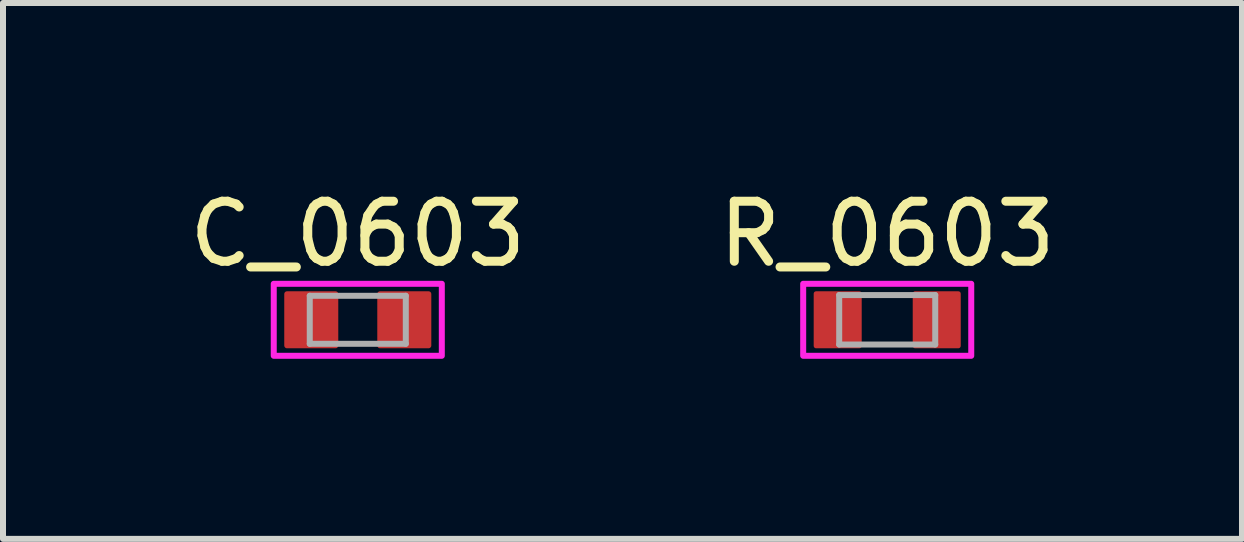
<source format=kicad_pcb>
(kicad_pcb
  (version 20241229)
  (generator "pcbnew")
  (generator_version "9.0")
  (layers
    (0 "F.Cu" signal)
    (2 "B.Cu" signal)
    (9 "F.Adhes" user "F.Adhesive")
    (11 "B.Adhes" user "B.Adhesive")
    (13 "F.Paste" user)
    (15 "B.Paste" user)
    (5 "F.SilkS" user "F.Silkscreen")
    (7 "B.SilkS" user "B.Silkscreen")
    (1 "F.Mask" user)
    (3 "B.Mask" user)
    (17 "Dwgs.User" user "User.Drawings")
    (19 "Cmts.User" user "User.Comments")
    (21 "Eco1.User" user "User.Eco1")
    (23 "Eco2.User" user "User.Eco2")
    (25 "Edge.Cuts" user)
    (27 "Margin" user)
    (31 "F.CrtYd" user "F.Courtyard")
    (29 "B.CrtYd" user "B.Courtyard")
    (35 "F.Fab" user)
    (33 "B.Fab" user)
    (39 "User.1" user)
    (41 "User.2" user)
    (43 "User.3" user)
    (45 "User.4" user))
  (footprint "R_0603"
    (layer "F.Cu")
    (at 11.732 2.278)
    (property "Reference" "R_0603" (at 0 -1.43 0) (layer "F.SilkS") (effects (font (size 1 1) (thickness 0.15))))
    (attr smd)
    (fp_poly (pts (xy 1.4 0.6) (xy -1.4 0.6) (xy -1.4 -0.6) (xy 1.4 -0.6)) (stroke (width 0.1) (type solid)) (fill no) (layer "F.CrtYd"))
    (fp_line (start -0.8 -0.412) (end 0.8 -0.412) (stroke (width 0.1) (type solid)) (layer "F.Fab"))
    (fp_line (start -0.8 0.412) (end -0.8 -0.412) (stroke (width 0.1) (type solid)) (layer "F.Fab"))
    (fp_line (start 0.8 -0.412) (end 0.8 0.412) (stroke (width 0.1) (type solid)) (layer "F.Fab"))
    (fp_line (start 0.8 0.412) (end -0.8 0.412) (stroke (width 0.1) (type solid)) (layer "F.Fab"))
    (pad "1" smd roundrect (at -0.825 0) (size 0.8 0.95) (layers "F.Cu" "F.Mask" "F.Paste") (roundrect_rratio 0.05))
    (pad "2" smd roundrect (at 0.825 0) (size 0.8 0.95) (layers "F.Cu" "F.Mask" "F.Paste") (roundrect_rratio 0.05)))
  (footprint "C_0603"
    (layer "F.Cu")
    (at 2.911 2.278)
    (property "Reference" "C_0603" (at 0 -1.43 0) (layer "F.SilkS") (effects (font (size 1 1) (thickness 0.15))))
    (attr smd)
    (fp_poly (pts (xy 1.4 0.6) (xy -1.4 0.6) (xy -1.4 -0.6) (xy 1.4 -0.6)) (stroke (width 0.1) (type solid)) (fill no) (layer "F.CrtYd"))
    (fp_line (start -0.8 -0.4) (end 0.8 -0.4) (stroke (width 0.1) (type solid)) (layer "F.Fab"))
    (fp_line (start -0.8 0.4) (end -0.8 -0.4) (stroke (width 0.1) (type solid)) (layer "F.Fab"))
    (fp_line (start 0.8 -0.4) (end 0.8 0.4) (stroke (width 0.1) (type solid)) (layer "F.Fab"))
    (fp_line (start 0.8 0.4) (end -0.8 0.4) (stroke (width 0.1) (type solid)) (layer "F.Fab"))
    (pad "1" smd roundrect (at -0.775 0) (size 0.9 0.95) (layers "F.Cu" "F.Mask" "F.Paste") (roundrect_rratio 0.05))
    (pad "2" smd roundrect (at 0.775 0) (size 0.9 0.95) (layers "F.Cu" "F.Mask" "F.Paste") (roundrect_rratio 0.05)))
  (gr_rect
    (start -3 -3)
    (end 17.643 5.928)
    (stroke (width 0.1) (type default))
    (fill no)
    (layer "Edge.Cuts")))
</source>
